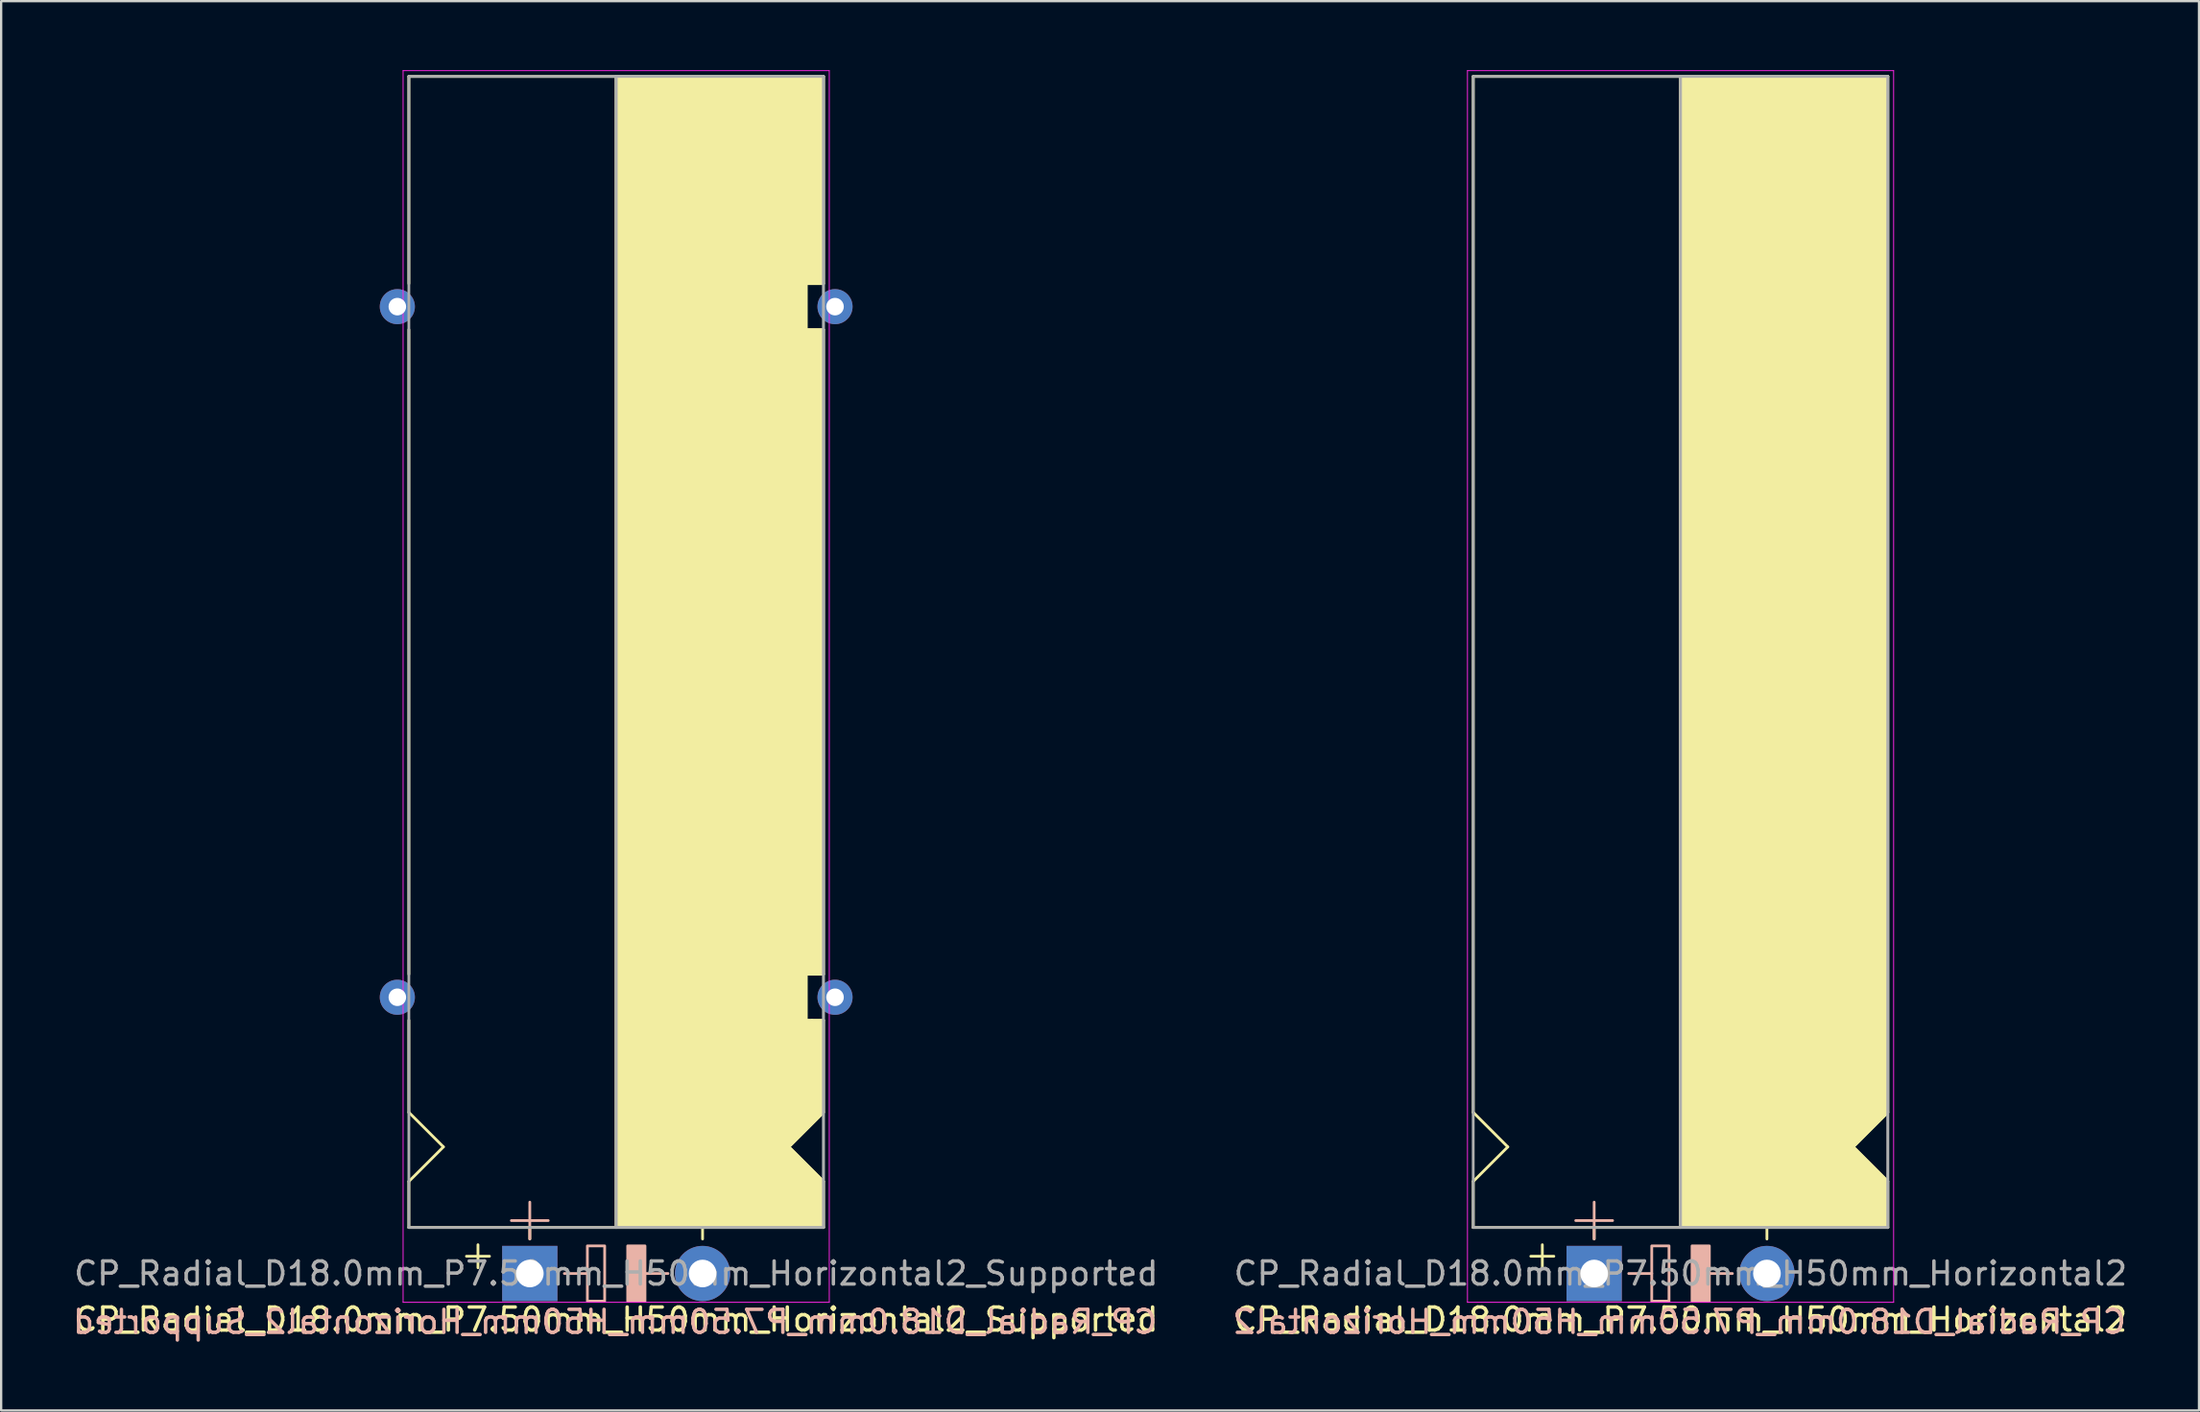
<source format=kicad_pcb>
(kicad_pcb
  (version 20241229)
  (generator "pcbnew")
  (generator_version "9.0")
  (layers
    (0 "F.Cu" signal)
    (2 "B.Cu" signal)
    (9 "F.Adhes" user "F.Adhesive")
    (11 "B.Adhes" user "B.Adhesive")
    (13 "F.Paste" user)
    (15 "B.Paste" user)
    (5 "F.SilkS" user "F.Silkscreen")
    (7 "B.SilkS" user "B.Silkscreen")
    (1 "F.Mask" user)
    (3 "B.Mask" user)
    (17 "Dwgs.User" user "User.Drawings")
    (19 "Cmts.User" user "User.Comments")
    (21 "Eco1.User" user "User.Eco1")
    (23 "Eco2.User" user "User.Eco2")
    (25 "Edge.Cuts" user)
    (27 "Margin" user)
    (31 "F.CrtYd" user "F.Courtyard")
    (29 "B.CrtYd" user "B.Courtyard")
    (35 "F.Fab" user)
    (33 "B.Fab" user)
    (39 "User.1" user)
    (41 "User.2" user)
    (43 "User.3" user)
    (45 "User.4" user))
  (footprint "CP_Radial_D18.0mm_P7.50mm_H50mm_Horizontal2_Supported"
    (layer "F.Cu")
    (at 19.949 52.27)
    (property "Reference" "CP_Radial_D18.0mm_P7.50mm_H50mm_Horizontal2_Supported" (at 3.75 2 0) (layer "F.SilkS") (effects (font (size 1 1) (thickness 0.15))))
    (fp_line (start -5.25 -52) (end 12.75 -52) (stroke (width 0.12) (type solid)) (layer "F.SilkS"))
    (fp_line (start -5.25 -43) (end -5.25 -52) (stroke (width 0.12) (type solid)) (layer "F.SilkS"))
    (fp_line (start -5.25 -13) (end -5.25 -41) (stroke (width 0.12) (type solid)) (layer "F.SilkS"))
    (fp_line (start -5.25 -11) (end -5.25 -7) (stroke (width 0.12) (type solid)) (layer "F.SilkS"))
    (fp_line (start -5.25 -7) (end -3.75 -5.5) (stroke (width 0.12) (type solid)) (layer "F.SilkS"))
    (fp_line (start -5.25 -4) (end -3.75 -5.5) (stroke (width 0.12) (type solid)) (layer "F.SilkS"))
    (fp_line (start -5.25 -2) (end -5.25 -4) (stroke (width 0.12) (type solid)) (layer "F.SilkS"))
    (fp_line (start -5.25 -2) (end 12.75 -2) (stroke (width 0.12) (type solid)) (layer "F.SilkS"))
    (fp_line (start -2.25 -1.25) (end -2.25 -0.25) (stroke (width 0.12) (type solid)) (layer "F.SilkS"))
    (fp_line (start -1.75 -0.75) (end -2.75 -0.75) (stroke (width 0.12) (type solid)) (layer "F.SilkS"))
    (fp_line (start 0 -1.5) (end 0 -2) (stroke (width 0.12) (type solid)) (layer "F.SilkS"))
    (fp_line (start 3.75 -2) (end 3.75 -52) (stroke (width 0.12) (type solid)) (layer "F.SilkS"))
    (fp_line (start 7.5 -1.5) (end 7.5 -2) (stroke (width 0.12) (type solid)) (layer "F.SilkS"))
    (fp_line (start 12 -43) (end 12.75 -43) (stroke (width 0.12) (type solid)) (layer "F.SilkS"))
    (fp_line (start 12 -41) (end 12 -43) (stroke (width 0.12) (type solid)) (layer "F.SilkS"))
    (fp_line (start 12 -13) (end 12.75 -13) (stroke (width 0.12) (type solid)) (layer "F.SilkS"))
    (fp_line (start 12 -11) (end 12 -13) (stroke (width 0.12) (type solid)) (layer "F.SilkS"))
    (fp_line (start 12.25 -11) (end 12 -11) (stroke (width 0.12) (type solid)) (layer "F.SilkS"))
    (fp_line (start 12.75 -43) (end 12.75 -52) (stroke (width 0.12) (type solid)) (layer "F.SilkS"))
    (fp_line (start 12.75 -41) (end 12 -41) (stroke (width 0.12) (type solid)) (layer "F.SilkS"))
    (fp_line (start 12.75 -13) (end 12.75 -41) (stroke (width 0.12) (type solid)) (layer "F.SilkS"))
    (fp_line (start 12.75 -11) (end 12.25 -11) (stroke (width 0.12) (type solid)) (layer "F.SilkS"))
    (fp_line (start 12.75 -11) (end 12.75 -7) (stroke (width 0.12) (type solid)) (layer "F.SilkS"))
    (fp_line (start 12.75 -7) (end 11.25 -5.5) (stroke (width 0.12) (type solid)) (layer "F.SilkS"))
    (fp_line (start 12.75 -4) (end 11.25 -5.5) (stroke (width 0.12) (type solid)) (layer "F.SilkS"))
    (fp_line (start 12.75 -2) (end 12.75 -4) (stroke (width 0.12) (type solid)) (layer "F.SilkS"))
    (fp_poly (pts (xy 12.75 -4) (xy 11.25 -5.5) (xy 12.75 -7) (xy 12.75 -11) (xy 12 -11) (xy 12 -13) (xy 12.75 -13) (xy 12.75 -41) (xy 12 -41) (xy 12 -43) (xy 12.75 -43) (xy 12.75 -52) (xy 3.75 -52) (xy 3.75 -2) (xy 12.75 -2)) (stroke (width 0.1) (type solid)) (fill yes) (layer "F.SilkS"))
    (fp_line (start 0 -3.1) (end 0 -1.5) (stroke (width 0.12) (type solid)) (layer "B.SilkS"))
    (fp_line (start 0.8 -2.3) (end -0.8 -2.3) (stroke (width 0.12) (type solid)) (layer "B.SilkS"))
    (fp_line (start 2.5 0) (end 1.5 0) (stroke (width 0.12) (type solid)) (layer "B.SilkS"))
    (fp_line (start 6 0) (end 5 0) (stroke (width 0.12) (type solid)) (layer "B.SilkS"))
    (fp_rect (start 2.5 -1.2) (end 3.25 1.2) (stroke (width 0.12) (type solid)) (fill no) (layer "B.SilkS"))
    (fp_rect (start 4.25 -1.2) (end 5 1.2) (stroke (width 0.12) (type solid)) (fill yes) (layer "B.SilkS"))
    (fp_line (start -5.5 -52.25) (end 13 -52.25) (stroke (width 0.04) (type solid)) (layer "F.CrtYd"))
    (fp_line (start -5.5 1.25) (end -5.5 -52.25) (stroke (width 0.04) (type solid)) (layer "F.CrtYd"))
    (fp_line (start 13 -52.25) (end 13 1.25) (stroke (width 0.04) (type solid)) (layer "F.CrtYd"))
    (fp_line (start 13 1.25) (end -5.5 1.25) (stroke (width 0.04) (type solid)) (layer "F.CrtYd"))
    (fp_line (start -5.25 -52) (end 12.75 -52) (stroke (width 0.12) (type solid)) (layer "F.Fab"))
    (fp_line (start -5.25 -2) (end -5.25 -52) (stroke (width 0.12) (type solid)) (layer "F.Fab"))
    (fp_line (start 3.75 -2) (end 3.75 -52) (stroke (width 0.12) (type solid)) (layer "F.Fab"))
    (fp_line (start 12.75 -52) (end 12.75 -2) (stroke (width 0.12) (type solid)) (layer "F.Fab"))
    (fp_line (start 12.75 -2) (end -5.25 -2) (stroke (width 0.12) (type solid)) (layer "F.Fab"))
    (fp_poly (pts (xy 12.75 -52) (xy 3.75 -52) (xy 3.75 -2) (xy 12.75 -2)) (stroke (width 0.1) (type solid)) (fill no) (layer "F.Fab"))
    (fp_text user "${REFERENCE}" (at 3.7 2.1 0) (layer "B.SilkS") (effects (font (size 1 1) (thickness 0.15)) (justify mirror)))
    (fp_text user "${REFERENCE}" (at 3.75 0 0) (layer "F.Fab") (effects (font (size 1 1) (thickness 0.15))))
    (pad "1" thru_hole rect (at 0 0) (size 2.4 2.4) (drill 1.2) (layers "*.Cu" "*.Mask"))
    (pad "2" thru_hole circle (at 7.5 0) (size 2.4 2.4) (drill 1.2) (layers "*.Cu" "*.Mask"))
    (pad "~" thru_hole circle (at -5.75 -42 180) (size 1.524 1.524) (drill 0.762) (layers "*.Cu" "*.Mask"))
    (pad "~" thru_hole circle (at -5.75 -12 180) (size 1.524 1.524) (drill 0.762) (layers "*.Cu" "*.Mask"))
    (pad "~" thru_hole circle (at 13.25 -42 180) (size 1.524 1.524) (drill 0.762) (layers "*.Cu" "*.Mask"))
    (pad "~" thru_hole circle (at 13.25 -12 180) (size 1.524 1.524) (drill 0.762) (layers "*.Cu" "*.Mask")))
  (footprint "CP_Radial_D18.0mm_P7.50mm_H50mm_Horizontal2"
    (layer "F.Cu")
    (at 66.154 52.27)
    (property "Reference" "CP_Radial_D18.0mm_P7.50mm_H50mm_Horizontal2" (at 3.75 2 0) (layer "F.SilkS") (effects (font (size 1 1) (thickness 0.15))))
    (fp_line (start -5.25 -52) (end 12.75 -52) (stroke (width 0.12) (type solid)) (layer "F.SilkS"))
    (fp_line (start -5.25 -7) (end -5.25 -52) (stroke (width 0.12) (type solid)) (layer "F.SilkS"))
    (fp_line (start -5.25 -7) (end -3.75 -5.5) (stroke (width 0.12) (type solid)) (layer "F.SilkS"))
    (fp_line (start -5.25 -4) (end -3.75 -5.5) (stroke (width 0.12) (type solid)) (layer "F.SilkS"))
    (fp_line (start -5.25 -2) (end -5.25 -4) (stroke (width 0.12) (type solid)) (layer "F.SilkS"))
    (fp_line (start -5.25 -2) (end 12.75 -2) (stroke (width 0.12) (type solid)) (layer "F.SilkS"))
    (fp_line (start -2.25 -1.25) (end -2.25 -0.25) (stroke (width 0.12) (type solid)) (layer "F.SilkS"))
    (fp_line (start -1.75 -0.75) (end -2.75 -0.75) (stroke (width 0.12) (type solid)) (layer "F.SilkS"))
    (fp_line (start 0 -1.5) (end 0 -2) (stroke (width 0.12) (type solid)) (layer "F.SilkS"))
    (fp_line (start 3.75 -2) (end 3.75 -52) (stroke (width 0.12) (type solid)) (layer "F.SilkS"))
    (fp_line (start 7.5 -1.5) (end 7.5 -2) (stroke (width 0.12) (type solid)) (layer "F.SilkS"))
    (fp_line (start 12.75 -52) (end 12.75 -7) (stroke (width 0.12) (type solid)) (layer "F.SilkS"))
    (fp_line (start 12.75 -7) (end 11.25 -5.5) (stroke (width 0.12) (type solid)) (layer "F.SilkS"))
    (fp_line (start 12.75 -4) (end 11.25 -5.5) (stroke (width 0.12) (type solid)) (layer "F.SilkS"))
    (fp_line (start 12.75 -2) (end 12.75 -4) (stroke (width 0.12) (type solid)) (layer "F.SilkS"))
    (fp_poly (pts (xy 12.75 -4) (xy 11.25 -5.5) (xy 12.75 -7) (xy 12.75 -52) (xy 3.75 -52) (xy 3.75 -2) (xy 12.75 -2)) (stroke (width 0.1) (type solid)) (fill yes) (layer "F.SilkS"))
    (fp_line (start 0 -3.1) (end 0 -1.5) (stroke (width 0.12) (type solid)) (layer "B.SilkS"))
    (fp_line (start 0.8 -2.3) (end -0.8 -2.3) (stroke (width 0.12) (type solid)) (layer "B.SilkS"))
    (fp_line (start 2.5 0) (end 1.5 0) (stroke (width 0.12) (type solid)) (layer "B.SilkS"))
    (fp_line (start 6 0) (end 5 0) (stroke (width 0.12) (type solid)) (layer "B.SilkS"))
    (fp_rect (start 2.5 -1.2) (end 3.25 1.2) (stroke (width 0.12) (type solid)) (fill no) (layer "B.SilkS"))
    (fp_rect (start 4.25 -1.2) (end 5 1.2) (stroke (width 0.12) (type solid)) (fill yes) (layer "B.SilkS"))
    (fp_line (start -5.5 -52.25) (end 13 -52.25) (stroke (width 0.04) (type solid)) (layer "F.CrtYd"))
    (fp_line (start -5.5 1.25) (end -5.5 -52.25) (stroke (width 0.04) (type solid)) (layer "F.CrtYd"))
    (fp_line (start 13 -52.25) (end 13 1.25) (stroke (width 0.04) (type solid)) (layer "F.CrtYd"))
    (fp_line (start 13 1.25) (end -5.5 1.25) (stroke (width 0.04) (type solid)) (layer "F.CrtYd"))
    (fp_line (start -5.25 -52) (end 12.75 -52) (stroke (width 0.12) (type solid)) (layer "F.Fab"))
    (fp_line (start -5.25 -2) (end -5.25 -52) (stroke (width 0.12) (type solid)) (layer "F.Fab"))
    (fp_line (start 3.75 -2) (end 3.75 -52) (stroke (width 0.12) (type solid)) (layer "F.Fab"))
    (fp_line (start 12.75 -52) (end 12.75 -2) (stroke (width 0.12) (type solid)) (layer "F.Fab"))
    (fp_line (start 12.75 -2) (end -5.25 -2) (stroke (width 0.12) (type solid)) (layer "F.Fab"))
    (fp_poly (pts (xy 12.75 -52) (xy 3.75 -52) (xy 3.75 -2) (xy 12.75 -2)) (stroke (width 0.1) (type solid)) (fill no) (layer "F.Fab"))
    (fp_text user "${REFERENCE}" (at 3.7 2.1 0) (layer "B.SilkS") (effects (font (size 1 1) (thickness 0.15)) (justify mirror)))
    (fp_text user "${REFERENCE}" (at 3.75 0 0) (layer "F.Fab") (effects (font (size 1 1) (thickness 0.15))))
    (pad "1" thru_hole rect (at 0 0) (size 2.4 2.4) (drill 1.2) (layers "*.Cu" "*.Mask"))
    (pad "2" thru_hole circle (at 7.5 0) (size 2.4 2.4) (drill 1.2) (layers "*.Cu" "*.Mask")))
  (gr_rect
    (start -3 -3)
    (end 92.41 58.218)
    (stroke (width 0.1) (type default))
    (fill no)
    (layer "Edge.Cuts")))
</source>
